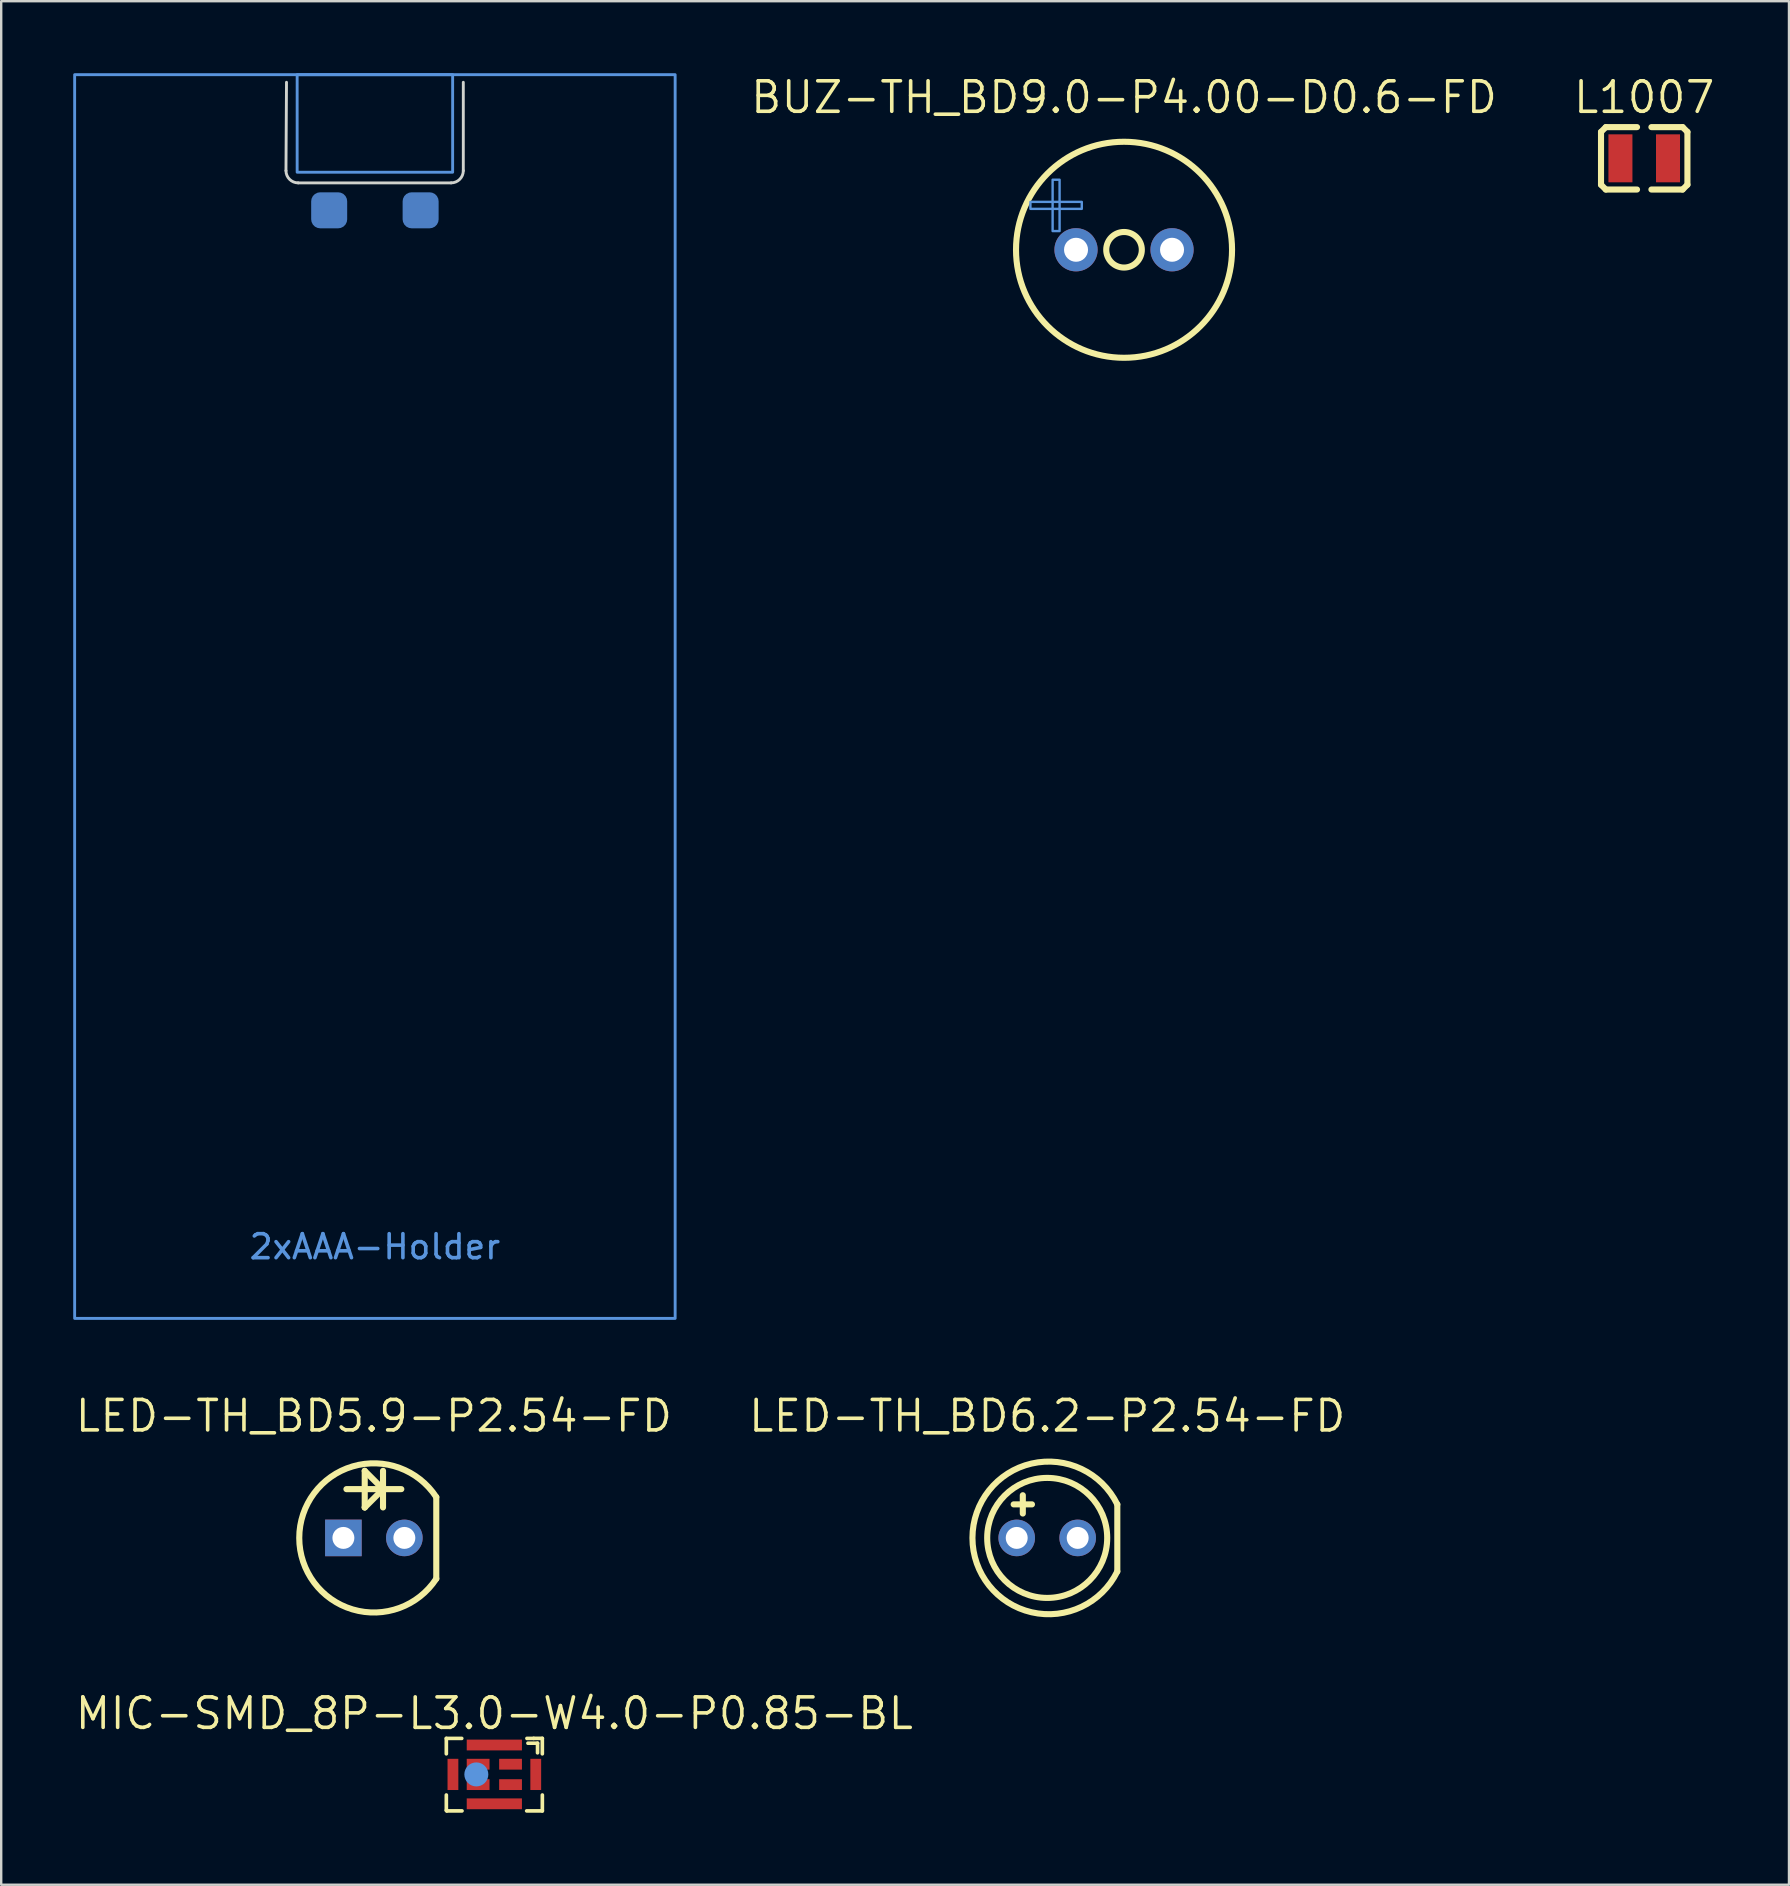
<source format=kicad_pcb>
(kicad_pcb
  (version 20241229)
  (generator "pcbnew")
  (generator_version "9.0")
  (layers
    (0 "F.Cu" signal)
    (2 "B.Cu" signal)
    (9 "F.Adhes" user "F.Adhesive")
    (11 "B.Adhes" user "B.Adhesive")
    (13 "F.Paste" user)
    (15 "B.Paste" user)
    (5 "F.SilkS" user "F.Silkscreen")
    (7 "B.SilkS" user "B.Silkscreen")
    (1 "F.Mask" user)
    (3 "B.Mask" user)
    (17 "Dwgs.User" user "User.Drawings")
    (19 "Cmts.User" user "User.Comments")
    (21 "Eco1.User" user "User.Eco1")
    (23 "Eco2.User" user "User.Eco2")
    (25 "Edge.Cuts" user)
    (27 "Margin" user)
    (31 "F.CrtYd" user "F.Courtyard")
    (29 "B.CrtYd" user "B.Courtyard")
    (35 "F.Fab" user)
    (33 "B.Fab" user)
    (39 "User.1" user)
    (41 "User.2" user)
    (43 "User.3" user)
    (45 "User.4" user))
  (footprint "L1007"
    (layer "F.Cu")
    (at 65.451 3.546)
    (property "Reference" "L1007" (at 0 -2.54 0) (layer "F.SilkS") (effects (font (size 1.27 1.27) (thickness 0.15))))
    (attr smd)
    (fp_line (start -1.8 -1.1) (end -1.8 1.1) (stroke (width 0.254) (type solid)) (layer "F.SilkS"))
    (fp_line (start -1.8 1.1) (end -1.6 1.3) (stroke (width 0.254) (type solid)) (layer "F.SilkS"))
    (fp_line (start -1.6 -1.3) (end -1.8 -1.1) (stroke (width 0.254) (type solid)) (layer "F.SilkS"))
    (fp_line (start -1.6 1.3) (end -0.3 1.3) (stroke (width 0.254) (type solid)) (layer "F.SilkS"))
    (fp_line (start -0.3 -1.3) (end -1.6 -1.3) (stroke (width 0.254) (type solid)) (layer "F.SilkS"))
    (fp_line (start 0.3 1.3) (end 1.6 1.3) (stroke (width 0.254) (type solid)) (layer "F.SilkS"))
    (fp_line (start 1.6 -1.3) (end 0.3 -1.3) (stroke (width 0.254) (type solid)) (layer "F.SilkS"))
    (fp_line (start 1.6 1.3) (end 1.8 1.1) (stroke (width 0.254) (type solid)) (layer "F.SilkS"))
    (fp_line (start 1.8 -1.1) (end 1.6 -1.3) (stroke (width 0.254) (type solid)) (layer "F.SilkS"))
    (fp_line (start 1.8 1.1) (end 1.8 -1.1) (stroke (width 0.254) (type solid)) (layer "F.SilkS"))
    (pad "1" smd rect (at -0.991 0 90) (size 1.999 1) (layers "F.Cu" "F.Mask" "F.Paste"))
    (pad "2" smd rect (at 0.991 0 90) (size 1.999 1) (layers "F.Cu" "F.Mask" "F.Paste")))
  (footprint "2xAAA-Holder"
    (layer "F.Cu")
    (at 12.569 26.032)
    (property "Reference" "2xAAA-Holder" (at 0 22.86 0) (unlocked yes) (layer "Cmts.User") (effects (font (size 1 1) (thickness 0.15))))
    (attr smd)
    (fp_rect (start -12.509 -25.971) (end 12.509 25.845) (stroke (width 0.12) (type default)) (fill no) (layer "Cmts.User"))
    (fp_rect (start 3.239 -21.907) (end -3.239 -25.971) (stroke (width 0.12) (type default)) (fill no) (layer "Cmts.User"))
    (fp_line (start -3.705 -21.971) (end -3.683 -25.654) (stroke (width 0.12) (type default)) (layer "Edge.Cuts"))
    (fp_line (start 3.175 -21.463) (end -3.197 -21.463) (stroke (width 0.12) (type default)) (layer "Edge.Cuts"))
    (fp_line (start 3.683 -21.971) (end 3.683 -25.654) (stroke (width 0.12) (type default)) (layer "Edge.Cuts"))
    (fp_arc (start -3.19679 -21.462999) (mid -3.556 -21.611789) (end -3.70479 -21.970999) (stroke (width 0.12) (type default)) (layer "Edge.Cuts"))
    (fp_arc (start 3.683 -21.971) (mid 3.53421 -21.61179) (end 3.175 -21.463) (stroke (width 0.12) (type default)) (layer "Edge.Cuts"))
    (pad "1" smd roundrect (at 1.905 -20.32) (size 1.5 1.5) (layers "B.Cu" "B.Mask") (roundrect_rratio 0.25))
    (pad "2" smd roundrect (at -1.905 -20.32) (size 1.5 1.5) (layers "B.Cu" "B.Mask") (roundrect_rratio 0.25)))
  (footprint "MIC-SMD_8P-L3.0-W4.0-P0.85-BL"
    (layer "F.Cu")
    (at 17.545 70.875)
    (property "Reference" "MIC-SMD_8P-L3.0-W4.0-P0.85-BL" (at 0 -2.54 0) (layer "F.SilkS") (effects (font (size 1.27 1.27) (thickness 0.15))))
    (attr smd)
    (fp_line (start -2 -0.858) (end -2 -1.5) (stroke (width 0.152) (type solid)) (layer "F.SilkS"))
    (fp_line (start -2 1.5) (end -2 0.858) (stroke (width 0.152) (type solid)) (layer "F.SilkS"))
    (fp_line (start -1.98 1.52) (end -2 1.5) (stroke (width 0.152) (type solid)) (layer "F.SilkS"))
    (fp_line (start -1.358 -1.5) (end -2 -1.5) (stroke (width 0.152) (type solid)) (layer "F.SilkS"))
    (fp_line (start -1.347 1.52) (end -1.98 1.52) (stroke (width 0.152) (type solid)) (layer "F.SilkS"))
    (fp_line (start 1.4 -1.3) (end 1.8 -1.3) (stroke (width 0.152) (type solid)) (layer "F.SilkS"))
    (fp_line (start 1.638 -1.5) (end 1.358 -1.5) (stroke (width 0.152) (type solid)) (layer "F.SilkS"))
    (fp_line (start 1.8 -1.3) (end 1.8 -0.9) (stroke (width 0.152) (type solid)) (layer "F.SilkS"))
    (fp_line (start 1.999 -1.501) (end 1.638 -1.501) (stroke (width 0.152) (type solid)) (layer "F.SilkS"))
    (fp_line (start 1.999 -0.858) (end 1.999 -1.501) (stroke (width 0.152) (type solid)) (layer "F.SilkS"))
    (fp_line (start 2 1.52) (end 1.347 1.52) (stroke (width 0.152) (type solid)) (layer "F.SilkS"))
    (fp_line (start 2 1.52) (end 2 0.858) (stroke (width 0.152) (type solid)) (layer "F.SilkS"))
    (fp_circle (center -0.75 0) (end -0.5 0) (stroke (width 0.5) (type solid)) (fill no) (layer "Cmts.User"))
    (pad "1" smd rect (at 0.675 -0.425) (size 0.95 0.45) (layers "F.Cu" "F.Mask" "F.Paste"))
    (pad "2" smd rect (at -0.675 -0.425) (size 0.95 0.45) (layers "F.Cu" "F.Mask" "F.Paste"))
    (pad "3" smd rect (at -0.675 0.425) (size 0.95 0.45) (layers "F.Cu" "F.Mask" "F.Paste"))
    (pad "4" smd rect (at 0.675 0.425) (size 0.95 0.45) (layers "F.Cu" "F.Mask" "F.Paste"))
    (pad "5" smd rect (at 1.725 0) (size 0.45 1.3) (layers "F.Cu" "F.Mask" "F.Paste"))
    (pad "6" smd rect (at 0 -1.225) (size 2.3 0.45) (layers "F.Cu" "F.Mask" "F.Paste"))
    (pad "7" smd rect (at -1.725 0) (size 0.45 1.3) (layers "F.Cu" "F.Mask" "F.Paste"))
    (pad "8" smd rect (at 0 1.225) (size 2.3 0.45) (layers "F.Cu" "F.Mask" "F.Paste")))
  (footprint "LED-TH_BD6.2-P2.54-FD"
    (layer "F.Cu")
    (at 40.578 61.022)
    (property "Reference" "LED-TH_BD6.2-P2.54-FD" (at 0 -5.08 0) (layer "F.SilkS") (effects (font (size 1.27 1.27) (thickness 0.15))))
    (attr through_hole)
    (fp_line (start -1.397 -1.397) (end -0.635 -1.397) (stroke (width 0.254) (type solid)) (layer "F.SilkS"))
    (fp_line (start -1.016 -1.016) (end -1.016 -1.778) (stroke (width 0.254) (type solid)) (layer "F.SilkS"))
    (fp_line (start 2.921 -1.397) (end 2.921 1.397) (stroke (width 0.254) (type solid)) (layer "F.SilkS"))
    (fp_arc (start 2.921 1.397) (mid -3.114362 -0.000131) (end 2.921115 -1.396764) (stroke (width 0.254) (type solid)) (layer "F.SilkS"))
    (fp_circle (center 0 0) (end 2.5 0) (stroke (width 0.254) (type solid)) (fill no) (layer "F.SilkS"))
    (pad "1" thru_hole circle (at -1.27 0) (size 1.524 1.524) (drill 0.914) (layers "*.Cu" "*.Paste" "*.Mask"))
    (pad "2" thru_hole circle (at 1.27 0) (size 1.524 1.524) (drill 0.914) (layers "*.Cu" "*.Paste" "*.Mask")))
  (footprint "LED-TH_BD5.9-P2.54-FD"
    (layer "F.Cu")
    (at 12.526 61.022)
    (property "Reference" "LED-TH_BD5.9-P2.54-FD" (at 0 -5.08 0) (layer "F.SilkS") (effects (font (size 1.27 1.27) (thickness 0.15))))
    (attr through_hole)
    (fp_line (start -1.143 -2.032) (end 1.143 -2.032) (stroke (width 0.254) (type solid)) (layer "F.SilkS"))
    (fp_line (start -0.381 -2.794) (end -0.381 -1.27) (stroke (width 0.254) (type solid)) (layer "F.SilkS"))
    (fp_line (start -0.381 -1.27) (end -0.379 -1.27) (stroke (width 0.254) (type solid)) (layer "F.SilkS"))
    (fp_line (start -0.379 -1.27) (end 0.383 -2.032) (stroke (width 0.254) (type solid)) (layer "F.SilkS"))
    (fp_line (start 0.381 -2.794) (end 0.381 -1.27) (stroke (width 0.254) (type solid)) (layer "F.SilkS"))
    (fp_line (start 0.381 -2.032) (end -0.381 -2.794) (stroke (width 0.254) (type solid)) (layer "F.SilkS"))
    (fp_line (start 0.387 -2.032) (end 0.381 -2.032) (stroke (width 0.254) (type solid)) (layer "F.SilkS"))
    (fp_line (start 2.6 -1.7) (end 2.6 1.7) (stroke (width 0.254) (type solid)) (layer "F.SilkS"))
    (fp_arc (start 2.601 1.699) (mid -3.108572 0.000493) (end 2.60046 -1.699826) (stroke (width 0.254) (type solid)) (layer "F.SilkS"))
    (pad "1" thru_hole rect (at -1.27 0) (size 1.524 1.524) (drill 0.914) (layers "*.Cu" "*.Paste" "*.Mask"))
    (pad "2" thru_hole circle (at 1.27 0) (size 1.524 1.524) (drill 0.914) (layers "*.Cu" "*.Paste" "*.Mask")))
  (footprint "BUZ-TH_BD9.0-P4.00-D0.6-FD"
    (layer "F.Cu")
    (at 43.779 7.356)
    (property "Reference" "BUZ-TH_BD9.0-P4.00-D0.6-FD" (at 0 -6.35 0) (layer "F.SilkS") (effects (font (size 1.27 1.27) (thickness 0.15))))
    (attr through_hole)
    (fp_circle (center 0 0) (end 0.741 0) (stroke (width 0.254) (type solid)) (fill no) (layer "F.SilkS"))
    (fp_circle (center 0 0) (end 4.5 0) (stroke (width 0.254) (type solid)) (fill no) (layer "F.SilkS"))
    (fp_poly (pts (xy -3.9 -1.995) (xy -1.76 -1.995) (xy -1.76 -1.705) (xy -3.9 -1.705)) (stroke (width 0.1) (type solid)) (fill no) (layer "Cmts.User"))
    (fp_poly (pts (xy -2.975 -0.779) (xy -2.975 -2.919) (xy -2.685 -2.919) (xy -2.685 -0.779)) (stroke (width 0.1) (type solid)) (fill no) (layer "Cmts.User"))
    (pad "1" thru_hole circle (at -2 0) (size 1.8 1.8) (drill 1) (layers "*.Cu" "*.Paste" "*.Mask"))
    (pad "2" thru_hole circle (at 2 0) (size 1.8 1.8) (drill 1) (layers "*.Cu" "*.Paste" "*.Mask")))
  (gr_rect
    (start -3 -3)
    (end 71.482 75.471)
    (stroke (width 0.1) (type default))
    (fill no)
    (layer "Edge.Cuts")))
</source>
